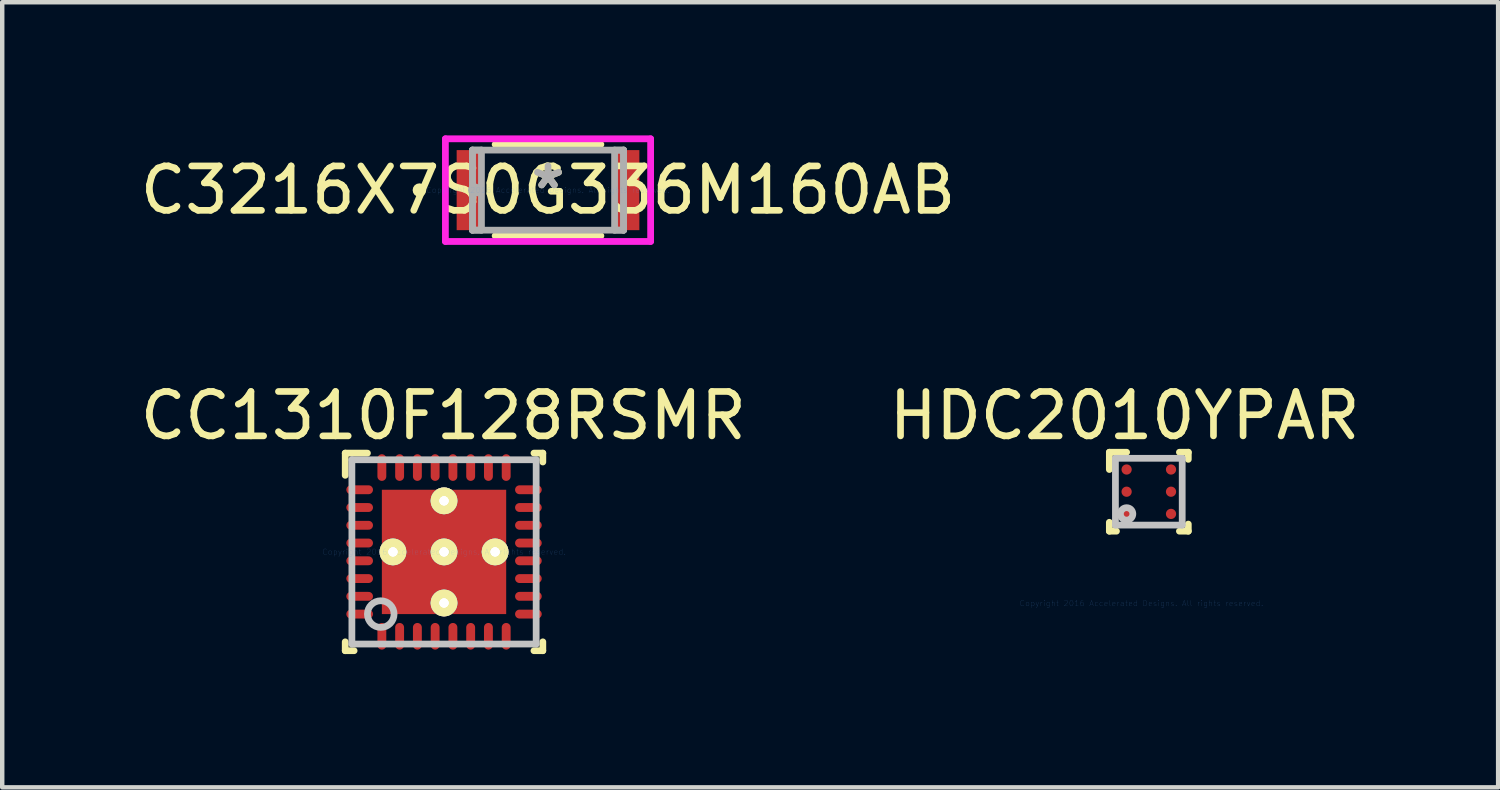
<source format=kicad_pcb>
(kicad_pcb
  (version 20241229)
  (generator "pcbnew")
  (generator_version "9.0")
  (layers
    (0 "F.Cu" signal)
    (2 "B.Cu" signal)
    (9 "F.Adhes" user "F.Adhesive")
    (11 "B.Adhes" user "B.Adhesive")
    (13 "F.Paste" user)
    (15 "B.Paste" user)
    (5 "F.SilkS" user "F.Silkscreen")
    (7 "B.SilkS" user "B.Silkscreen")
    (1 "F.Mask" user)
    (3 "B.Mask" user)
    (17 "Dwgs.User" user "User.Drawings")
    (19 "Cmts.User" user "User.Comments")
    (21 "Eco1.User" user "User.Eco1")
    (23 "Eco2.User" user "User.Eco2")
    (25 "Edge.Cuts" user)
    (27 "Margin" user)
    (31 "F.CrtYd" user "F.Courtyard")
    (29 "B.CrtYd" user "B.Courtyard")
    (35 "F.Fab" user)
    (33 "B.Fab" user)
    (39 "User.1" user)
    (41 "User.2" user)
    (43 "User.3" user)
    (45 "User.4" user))
  (footprint "HDC2010YPAR"
    (layer "F.Cu")
    (at 22.823 8.024)
    (property "Reference" "HDC2010YPAR" (at -0.544 -1.712 0) (layer "F.SilkS") (effects (font (size 1 1) (thickness 0.15))))
    (attr through_hole)
    (fp_line (start -0.889 -0.889) (end -0.5 -0.889) (stroke (width 0.152) (type solid)) (layer "F.SilkS"))
    (fp_line (start -0.889 -0.5) (end -0.889 -0.889) (stroke (width 0.152) (type solid)) (layer "F.SilkS"))
    (fp_line (start -0.889 0.889) (end -0.889 0.689) (stroke (width 0.152) (type solid)) (layer "F.SilkS"))
    (fp_line (start -0.889 0.889) (end -0.729 0.889) (stroke (width 0.152) (type solid)) (layer "F.SilkS"))
    (fp_line (start 0.689 -0.889) (end 0.889 -0.889) (stroke (width 0.152) (type solid)) (layer "F.SilkS"))
    (fp_line (start 0.689 0.889) (end 0.889 0.889) (stroke (width 0.152) (type solid)) (layer "F.SilkS"))
    (fp_line (start 0.889 -0.729) (end 0.889 -0.889) (stroke (width 0.152) (type solid)) (layer "F.SilkS"))
    (fp_line (start 0.889 0.889) (end 0.889 0.729) (stroke (width 0.152) (type solid)) (layer "F.SilkS"))
    (fp_line (start -0.752 -0.752) (end 0.752 -0.752) (stroke (width 0.152) (type solid)) (layer "Dwgs.User"))
    (fp_line (start -0.752 0.752) (end -0.752 -0.752) (stroke (width 0.152) (type solid)) (layer "Dwgs.User"))
    (fp_line (start -0.752 0.752) (end 0.752 0.752) (stroke (width 0.152) (type solid)) (layer "Dwgs.User"))
    (fp_line (start 0.752 0.752) (end 0.752 -0.752) (stroke (width 0.152) (type solid)) (layer "Dwgs.User"))
    (fp_circle (center -0.5 0.5) (end -0.36 0.5) (stroke (width 0.152) (type solid)) (fill no) (layer "Dwgs.User"))
    (fp_text user "Copyright 2016 Accelerated Designs. All rights reserved." (at -0.168 2.515 0) (layer "Cmts.User") (effects (font (size 0.127 0.127) (thickness 0.002))))
    (pad "" smd circle (at -0.5 -0.5) (size 0.025 0.025) (layers "F.Paste"))
    (pad "" smd circle (at -0.5 -0.5) (size 0.305 0.305) (layers "F.Mask"))
    (pad "" smd circle (at -0.5 0) (size 0.025 0.025) (layers "F.Paste"))
    (pad "" smd circle (at -0.5 0) (size 0.305 0.305) (layers "F.Mask"))
    (pad "" smd circle (at -0.5 0.5) (size 0.025 0.025) (layers "F.Paste"))
    (pad "" smd circle (at -0.5 0.5) (size 0.305 0.305) (layers "F.Mask"))
    (pad "" smd circle (at 0.5 -0.5) (size 0.025 0.025) (layers "F.Paste"))
    (pad "" smd circle (at 0.5 -0.5) (size 0.305 0.305) (layers "F.Mask"))
    (pad "" smd circle (at 0.5 0) (size 0.025 0.025) (layers "F.Paste"))
    (pad "" smd circle (at 0.5 0) (size 0.305 0.305) (layers "F.Mask"))
    (pad "" smd circle (at 0.5 0.5) (size 0.025 0.025) (layers "F.Paste"))
    (pad "" smd circle (at 0.5 0.5) (size 0.305 0.305) (layers "F.Mask"))
    (pad "A1" smd circle (at -0.5 -0.5) (size 0.23 0.23) (layers "F.Cu"))
    (pad "A2" smd circle (at 0.5 -0.5) (size 0.23 0.23) (layers "F.Cu"))
    (pad "B1" smd circle (at -0.5 0) (size 0.23 0.23) (layers "F.Cu"))
    (pad "B2" smd circle (at 0.5 0) (size 0.23 0.23) (layers "F.Cu"))
    (pad "C1" smd circle (at -0.5 0.5) (size 0.23 0.23) (layers "F.Cu"))
    (pad "C2" smd circle (at 0.5 0.5) (size 0.23 0.23) (layers "F.Cu")))
  (footprint "CC1310F128RSMR"
    (layer "F.Cu")
    (at 6.95 9.38)
    (property "Reference" "CC1310F128RSMR" (at -0.015 -3.068 0) (layer "F.SilkS") (effects (font (size 1 1) (thickness 0.15))))
    (attr through_hole)
    (fp_line (start -2.225 2.225) (end -2.225 2.025) (stroke (width 0.152) (type solid)) (layer "F.SilkS"))
    (fp_line (start -2.225 2.225) (end -2.025 2.225) (stroke (width 0.152) (type solid)) (layer "F.SilkS"))
    (fp_line (start -2.225 -2.225) (end -1.725 -2.225) (stroke (width 0.152) (type solid)) (layer "F.SilkS"))
    (fp_line (start -2.225 -1.725) (end -2.225 -2.225) (stroke (width 0.152) (type solid)) (layer "F.SilkS"))
    (fp_line (start 2.025 -2.225) (end 2.225 -2.225) (stroke (width 0.152) (type solid)) (layer "F.SilkS"))
    (fp_line (start 2.025 2.225) (end 2.225 2.225) (stroke (width 0.152) (type solid)) (layer "F.SilkS"))
    (fp_line (start 2.225 -2.025) (end 2.225 -2.225) (stroke (width 0.152) (type solid)) (layer "F.SilkS"))
    (fp_line (start 2.225 2.225) (end 2.225 2.025) (stroke (width 0.152) (type solid)) (layer "F.SilkS"))
    (fp_line (start -2.075 -2.075) (end 2.075 -2.075) (stroke (width 0.152) (type solid)) (layer "Dwgs.User"))
    (fp_line (start -2.075 2.075) (end -2.075 -2.075) (stroke (width 0.152) (type solid)) (layer "Dwgs.User"))
    (fp_line (start -2.075 2.075) (end 2.075 2.075) (stroke (width 0.152) (type solid)) (layer "Dwgs.User"))
    (fp_line (start 2.075 2.075) (end 2.075 -2.075) (stroke (width 0.152) (type solid)) (layer "Dwgs.User"))
    (fp_circle (center -1.425 1.4) (end -1.125 1.4) (stroke (width 0.152) (type solid)) (fill no) (layer "Dwgs.User"))
    (fp_text user "Copyright 2016 Accelerated Designs. All rights reserved." (at 0 0 0) (layer "Cmts.User") (effects (font (size 0.127 0.127) (thickness 0.002))))
    (pad "" smd oval (at -1.9 -1.4 90) (size 0.2 0.6) (layers "F.Paste"))
    (pad "" smd oval (at -1.9 -1.4 90) (size 0.302 0.702) (layers "F.Mask"))
    (pad "" smd oval (at -1.9 -1 90) (size 0.2 0.6) (layers "F.Paste"))
    (pad "" smd oval (at -1.9 -1 90) (size 0.302 0.702) (layers "F.Mask"))
    (pad "" smd oval (at -1.9 -0.6 90) (size 0.2 0.6) (layers "F.Paste"))
    (pad "" smd oval (at -1.9 -0.6 90) (size 0.302 0.702) (layers "F.Mask"))
    (pad "" smd oval (at -1.9 -0.2 90) (size 0.2 0.6) (layers "F.Paste"))
    (pad "" smd oval (at -1.9 -0.2 90) (size 0.302 0.702) (layers "F.Mask"))
    (pad "" smd oval (at -1.9 0.2 90) (size 0.2 0.6) (layers "F.Paste"))
    (pad "" smd oval (at -1.9 0.2 90) (size 0.302 0.702) (layers "F.Mask"))
    (pad "" smd oval (at -1.9 0.6 90) (size 0.2 0.6) (layers "F.Paste"))
    (pad "" smd oval (at -1.9 0.6 90) (size 0.302 0.702) (layers "F.Mask"))
    (pad "" smd oval (at -1.9 1 90) (size 0.2 0.6) (layers "F.Paste"))
    (pad "" smd oval (at -1.9 1 90) (size 0.302 0.702) (layers "F.Mask"))
    (pad "" smd oval (at -1.9 1.4 90) (size 0.2 0.6) (layers "F.Paste"))
    (pad "" smd oval (at -1.9 1.4 90) (size 0.302 0.702) (layers "F.Mask"))
    (pad "" smd oval (at -1.4 -1.9) (size 0.2 0.6) (layers "F.Paste"))
    (pad "" smd oval (at -1.4 -1.9) (size 0.302 0.702) (layers "F.Mask"))
    (pad "" smd oval (at -1.4 1.9) (size 0.2 0.6) (layers "F.Paste"))
    (pad "" smd oval (at -1.4 1.9) (size 0.302 0.702) (layers "F.Mask"))
    (pad "" thru_hole circle (at -1.15 0) (size 0.602 0.602) (drill 0.203) (layers "*.Mask" "F.SilkS"))
    (pad "" thru_hole circle (at -1.15 0) (size 0.602 0.602) (drill 0.203) (layers "*.Mask" "F.SilkS"))
    (pad "" smd oval (at -1 -1.9) (size 0.2 0.6) (layers "F.Paste"))
    (pad "" smd oval (at -1 -1.9) (size 0.302 0.702) (layers "F.Mask"))
    (pad "" smd oval (at -1 1.9) (size 0.2 0.6) (layers "F.Paste"))
    (pad "" smd oval (at -1 1.9) (size 0.302 0.702) (layers "F.Mask"))
    (pad "" smd oval (at -0.6 -1.9) (size 0.2 0.6) (layers "F.Paste"))
    (pad "" smd oval (at -0.6 -1.9) (size 0.302 0.702) (layers "F.Mask"))
    (pad "" smd oval (at -0.6 1.9) (size 0.2 0.6) (layers "F.Paste"))
    (pad "" smd oval (at -0.6 1.9) (size 0.302 0.702) (layers "F.Mask"))
    (pad "" smd oval (at -0.2 -1.9) (size 0.2 0.6) (layers "F.Paste"))
    (pad "" smd oval (at -0.2 -1.9) (size 0.302 0.702) (layers "F.Mask"))
    (pad "" smd oval (at -0.2 1.9) (size 0.2 0.6) (layers "F.Paste"))
    (pad "" smd oval (at -0.2 1.9) (size 0.302 0.702) (layers "F.Mask"))
    (pad "" thru_hole circle (at 0.000003 -1.15) (size 0.602 0.602) (drill 0.203) (layers "*.Mask" "F.SilkS"))
    (pad "" thru_hole circle (at 0.000003 -1.15) (size 0.602 0.602) (drill 0.203) (layers "*.Mask" "F.SilkS"))
    (pad "" smd rect (at 0.000003 0) (size 0.025 0.025) (layers "F.Paste"))
    (pad "" thru_hole circle (at 0.000003 0) (size 0.602 0.602) (drill 0.203) (layers "*.Mask" "F.SilkS"))
    (pad "" thru_hole circle (at 0.000003 0) (size 0.602 0.602) (drill 0.203) (layers "*.Mask" "F.SilkS"))
    (pad "" smd rect (at 0.000003 0) (size 2.902 2.902) (layers "F.Mask"))
    (pad "" thru_hole circle (at 0.000003 1.15) (size 0.602 0.602) (drill 0.203) (layers "*.Mask" "F.SilkS"))
    (pad "" thru_hole circle (at 0.000003 1.15) (size 0.602 0.602) (drill 0.203) (layers "*.Mask" "F.SilkS"))
    (pad "" smd oval (at 0.2 -1.9) (size 0.2 0.6) (layers "F.Paste"))
    (pad "" smd oval (at 0.2 -1.9) (size 0.302 0.702) (layers "F.Mask"))
    (pad "" smd oval (at 0.2 1.9) (size 0.2 0.6) (layers "F.Paste"))
    (pad "" smd oval (at 0.2 1.9) (size 0.302 0.702) (layers "F.Mask"))
    (pad "" smd oval (at 0.6 -1.9) (size 0.2 0.6) (layers "F.Paste"))
    (pad "" smd oval (at 0.6 -1.9) (size 0.302 0.702) (layers "F.Mask"))
    (pad "" smd oval (at 0.6 1.9) (size 0.2 0.6) (layers "F.Paste"))
    (pad "" smd oval (at 0.6 1.9) (size 0.302 0.702) (layers "F.Mask"))
    (pad "" smd oval (at 1 -1.9) (size 0.2 0.6) (layers "F.Paste"))
    (pad "" smd oval (at 1 -1.9) (size 0.302 0.702) (layers "F.Mask"))
    (pad "" smd oval (at 1 1.9) (size 0.2 0.6) (layers "F.Paste"))
    (pad "" smd oval (at 1 1.9) (size 0.302 0.702) (layers "F.Mask"))
    (pad "" thru_hole circle (at 1.15 0) (size 0.602 0.602) (drill 0.203) (layers "*.Mask" "F.SilkS"))
    (pad "" thru_hole circle (at 1.15 0) (size 0.602 0.602) (drill 0.203) (layers "*.Mask" "F.SilkS"))
    (pad "" smd oval (at 1.4 -1.9) (size 0.2 0.6) (layers "F.Paste"))
    (pad "" smd oval (at 1.4 -1.9) (size 0.302 0.702) (layers "F.Mask"))
    (pad "" smd oval (at 1.4 1.9) (size 0.2 0.6) (layers "F.Paste"))
    (pad "" smd oval (at 1.4 1.9) (size 0.302 0.702) (layers "F.Mask"))
    (pad "" smd oval (at 1.9 -1.4 90) (size 0.2 0.6) (layers "F.Paste"))
    (pad "" smd oval (at 1.9 -1.4 90) (size 0.302 0.702) (layers "F.Mask"))
    (pad "" smd oval (at 1.9 -1 90) (size 0.2 0.6) (layers "F.Paste"))
    (pad "" smd oval (at 1.9 -1 90) (size 0.302 0.702) (layers "F.Mask"))
    (pad "" smd oval (at 1.9 -0.6 90) (size 0.2 0.6) (layers "F.Paste"))
    (pad "" smd oval (at 1.9 -0.6 90) (size 0.302 0.702) (layers "F.Mask"))
    (pad "" smd oval (at 1.9 -0.2 90) (size 0.2 0.6) (layers "F.Paste"))
    (pad "" smd oval (at 1.9 -0.2 90) (size 0.302 0.702) (layers "F.Mask"))
    (pad "" smd oval (at 1.9 0.2 90) (size 0.2 0.6) (layers "F.Paste"))
    (pad "" smd oval (at 1.9 0.2 90) (size 0.302 0.702) (layers "F.Mask"))
    (pad "" smd oval (at 1.9 0.6 90) (size 0.2 0.6) (layers "F.Paste"))
    (pad "" smd oval (at 1.9 0.6 90) (size 0.302 0.702) (layers "F.Mask"))
    (pad "" smd oval (at 1.9 1 90) (size 0.2 0.6) (layers "F.Paste"))
    (pad "" smd oval (at 1.9 1 90) (size 0.302 0.702) (layers "F.Mask"))
    (pad "" smd oval (at 1.9 1.4 90) (size 0.2 0.6) (layers "F.Paste"))
    (pad "" smd oval (at 1.9 1.4 90) (size 0.302 0.702) (layers "F.Mask"))
    (pad "1" smd oval (at -1.9 -1.4 90) (size 0.2 0.6) (layers "F.Cu"))
    (pad "2" smd oval (at -1.9 -1 90) (size 0.2 0.6) (layers "F.Cu"))
    (pad "3" smd oval (at -1.9 -0.6 90) (size 0.2 0.6) (layers "F.Cu"))
    (pad "4" smd oval (at -1.9 -0.2 90) (size 0.2 0.6) (layers "F.Cu"))
    (pad "5" smd oval (at -1.9 0.2 90) (size 0.2 0.6) (layers "F.Cu"))
    (pad "6" smd oval (at -1.9 0.6 90) (size 0.2 0.6) (layers "F.Cu"))
    (pad "7" smd oval (at -1.9 1 90) (size 0.2 0.6) (layers "F.Cu"))
    (pad "8" smd oval (at -1.9 1.4 90) (size 0.2 0.6) (layers "F.Cu"))
    (pad "9" smd oval (at -1.4 1.9) (size 0.2 0.6) (layers "F.Cu"))
    (pad "10" smd oval (at -1 1.9) (size 0.2 0.6) (layers "F.Cu"))
    (pad "11" smd oval (at -0.6 1.9) (size 0.2 0.6) (layers "F.Cu"))
    (pad "12" smd oval (at -0.2 1.9) (size 0.2 0.6) (layers "F.Cu"))
    (pad "13" smd oval (at 0.2 1.9) (size 0.2 0.6) (layers "F.Cu"))
    (pad "14" smd oval (at 0.6 1.9) (size 0.2 0.6) (layers "F.Cu"))
    (pad "15" smd oval (at 1 1.9) (size 0.2 0.6) (layers "F.Cu"))
    (pad "16" smd oval (at 1.4 1.9) (size 0.2 0.6) (layers "F.Cu"))
    (pad "17" smd oval (at 1.9 1.4 90) (size 0.2 0.6) (layers "F.Cu"))
    (pad "18" smd oval (at 1.9 1 90) (size 0.2 0.6) (layers "F.Cu"))
    (pad "19" smd oval (at 1.9 0.6 90) (size 0.2 0.6) (layers "F.Cu"))
    (pad "20" smd oval (at 1.9 0.2 90) (size 0.2 0.6) (layers "F.Cu"))
    (pad "21" smd oval (at 1.9 -0.2 90) (size 0.2 0.6) (layers "F.Cu"))
    (pad "22" smd oval (at 1.9 -0.6 90) (size 0.2 0.6) (layers "F.Cu"))
    (pad "23" smd oval (at 1.9 -1 90) (size 0.2 0.6) (layers "F.Cu"))
    (pad "24" smd oval (at 1.9 -1.4 90) (size 0.2 0.6) (layers "F.Cu"))
    (pad "25" smd oval (at 1.4 -1.9) (size 0.2 0.6) (layers "F.Cu"))
    (pad "26" smd oval (at 1 -1.9) (size 0.2 0.6) (layers "F.Cu"))
    (pad "27" smd oval (at 0.6 -1.9) (size 0.2 0.6) (layers "F.Cu"))
    (pad "28" smd oval (at 0.2 -1.9) (size 0.2 0.6) (layers "F.Cu"))
    (pad "29" smd oval (at -0.2 -1.9) (size 0.2 0.6) (layers "F.Cu"))
    (pad "30" smd oval (at -0.6 -1.9) (size 0.2 0.6) (layers "F.Cu"))
    (pad "31" smd oval (at -1 -1.9) (size 0.2 0.6) (layers "F.Cu"))
    (pad "32" smd oval (at -1.4 -1.9) (size 0.2 0.6) (layers "F.Cu"))
    (pad "33" smd rect (at 0.000003 0) (size 2.8 2.8) (layers "F.Cu"))
    (pad "V" thru_hole circle (at -1.15 0) (size 0.5 0.5) (drill 0.203) (layers "*.Cu" "F.SilkS"))
    (pad "V" thru_hole circle (at -1.15 0) (size 0.5 0.5) (drill 0.203) (layers "*.Cu" "F.SilkS"))
    (pad "V" thru_hole circle (at 0.000003 -1.15) (size 0.5 0.5) (drill 0.203) (layers "*.Cu" "F.SilkS"))
    (pad "V" thru_hole circle (at 0.000003 -1.15) (size 0.5 0.5) (drill 0.203) (layers "*.Cu" "F.SilkS"))
    (pad "V" thru_hole circle (at 0.000003 0) (size 0.5 0.5) (drill 0.203) (layers "*.Cu" "F.SilkS"))
    (pad "V" thru_hole circle (at 0.000003 0) (size 0.5 0.5) (drill 0.203) (layers "*.Cu" "F.SilkS"))
    (pad "V" thru_hole circle (at 0.000003 1.15) (size 0.5 0.5) (drill 0.203) (layers "*.Cu" "F.SilkS"))
    (pad "V" thru_hole circle (at 0.000003 1.15) (size 0.5 0.5) (drill 0.203) (layers "*.Cu" "F.SilkS"))
    (pad "V" thru_hole circle (at 1.15 0) (size 0.5 0.5) (drill 0.203) (layers "*.Cu" "F.SilkS"))
    (pad "V" thru_hole circle (at 1.15 0) (size 0.5 0.5) (drill 0.203) (layers "*.Cu" "F.SilkS")))
  (footprint "C3216X7S0G336M160AB"
    (layer "F.Cu")
    (at 9.292 1.232)
    (property "Reference" "C3216X7S0G336M160AB" (at 0 0 0) (layer "F.SilkS") (effects (font (size 1 1) (thickness 0.15))))
    (attr through_hole)
    (fp_line (start -1.191 1.029) (end 1.191 1.029) (stroke (width 0.152) (type solid)) (layer "F.SilkS"))
    (fp_line (start 1.191 -1.029) (end -1.191 -1.029) (stroke (width 0.152) (type solid)) (layer "F.SilkS"))
    (fp_circle (center -2.896 0) (end -2.819 0) (stroke (width 0.152) (type solid)) (fill no) (layer "F.SilkS"))
    (fp_line (start -2.311 -1.156) (end 2.311 -1.156) (stroke (width 0.152) (type solid)) (layer "F.CrtYd"))
    (fp_line (start -2.311 1.156) (end -2.311 -1.156) (stroke (width 0.152) (type solid)) (layer "F.CrtYd"))
    (fp_line (start 2.311 -1.156) (end 2.311 1.156) (stroke (width 0.152) (type solid)) (layer "F.CrtYd"))
    (fp_line (start 2.311 1.156) (end -2.311 1.156) (stroke (width 0.152) (type solid)) (layer "F.CrtYd"))
    (fp_line (start -1.702 -0.902) (end -1.702 0.902) (stroke (width 0.152) (type solid)) (layer "F.Fab"))
    (fp_line (start -1.702 -0.902) (end -1.702 0.902) (stroke (width 0.152) (type solid)) (layer "F.Fab"))
    (fp_line (start -1.702 0.902) (end -1.499 0.902) (stroke (width 0.152) (type solid)) (layer "F.Fab"))
    (fp_line (start -1.702 0.902) (end 1.702 0.902) (stroke (width 0.152) (type solid)) (layer "F.Fab"))
    (fp_line (start -1.499 -0.902) (end -1.702 -0.902) (stroke (width 0.152) (type solid)) (layer "F.Fab"))
    (fp_line (start -1.499 0.902) (end -1.499 -0.902) (stroke (width 0.152) (type solid)) (layer "F.Fab"))
    (fp_line (start 1.499 -0.902) (end 1.499 0.902) (stroke (width 0.152) (type solid)) (layer "F.Fab"))
    (fp_line (start 1.499 0.902) (end 1.702 0.902) (stroke (width 0.152) (type solid)) (layer "F.Fab"))
    (fp_line (start 1.702 -0.902) (end -1.702 -0.902) (stroke (width 0.152) (type solid)) (layer "F.Fab"))
    (fp_line (start 1.702 -0.902) (end 1.499 -0.902) (stroke (width 0.152) (type solid)) (layer "F.Fab"))
    (fp_line (start 1.702 0.902) (end 1.702 -0.902) (stroke (width 0.152) (type solid)) (layer "F.Fab"))
    (fp_line (start 1.702 0.902) (end 1.702 -0.902) (stroke (width 0.152) (type solid)) (layer "F.Fab"))
    (fp_circle (center -1.651 0) (end -1.575 0) (stroke (width 0.152) (type solid)) (fill no) (layer "F.Fab"))
    (fp_text user "*" (at 0 0 0) (layer "F.SilkS") (effects (font (size 1 1) (thickness 0.15))))
    (fp_text user "Copyright 2016 Accelerated Designs. All rights reserved." (at 0 0 0) (layer "Cmts.User") (effects (font (size 0.127 0.127) (thickness 0.002))))
    (fp_text user "*" (at 0 0 0) (layer "F.Fab") (effects (font (size 1 1) (thickness 0.15))))
    (pad "1" smd rect (at -1.778 0) (size 0.559 1.803) (layers "F.Cu" "F.Mask" "F.Paste"))
    (pad "2" smd rect (at 1.778 0) (size 0.559 1.803) (layers "F.Cu" "F.Mask" "F.Paste")))
  (gr_rect
    (start -3 -3)
    (end 30.69 14.682)
    (stroke (width 0.1) (type default))
    (fill no)
    (layer "Edge.Cuts")))
</source>
